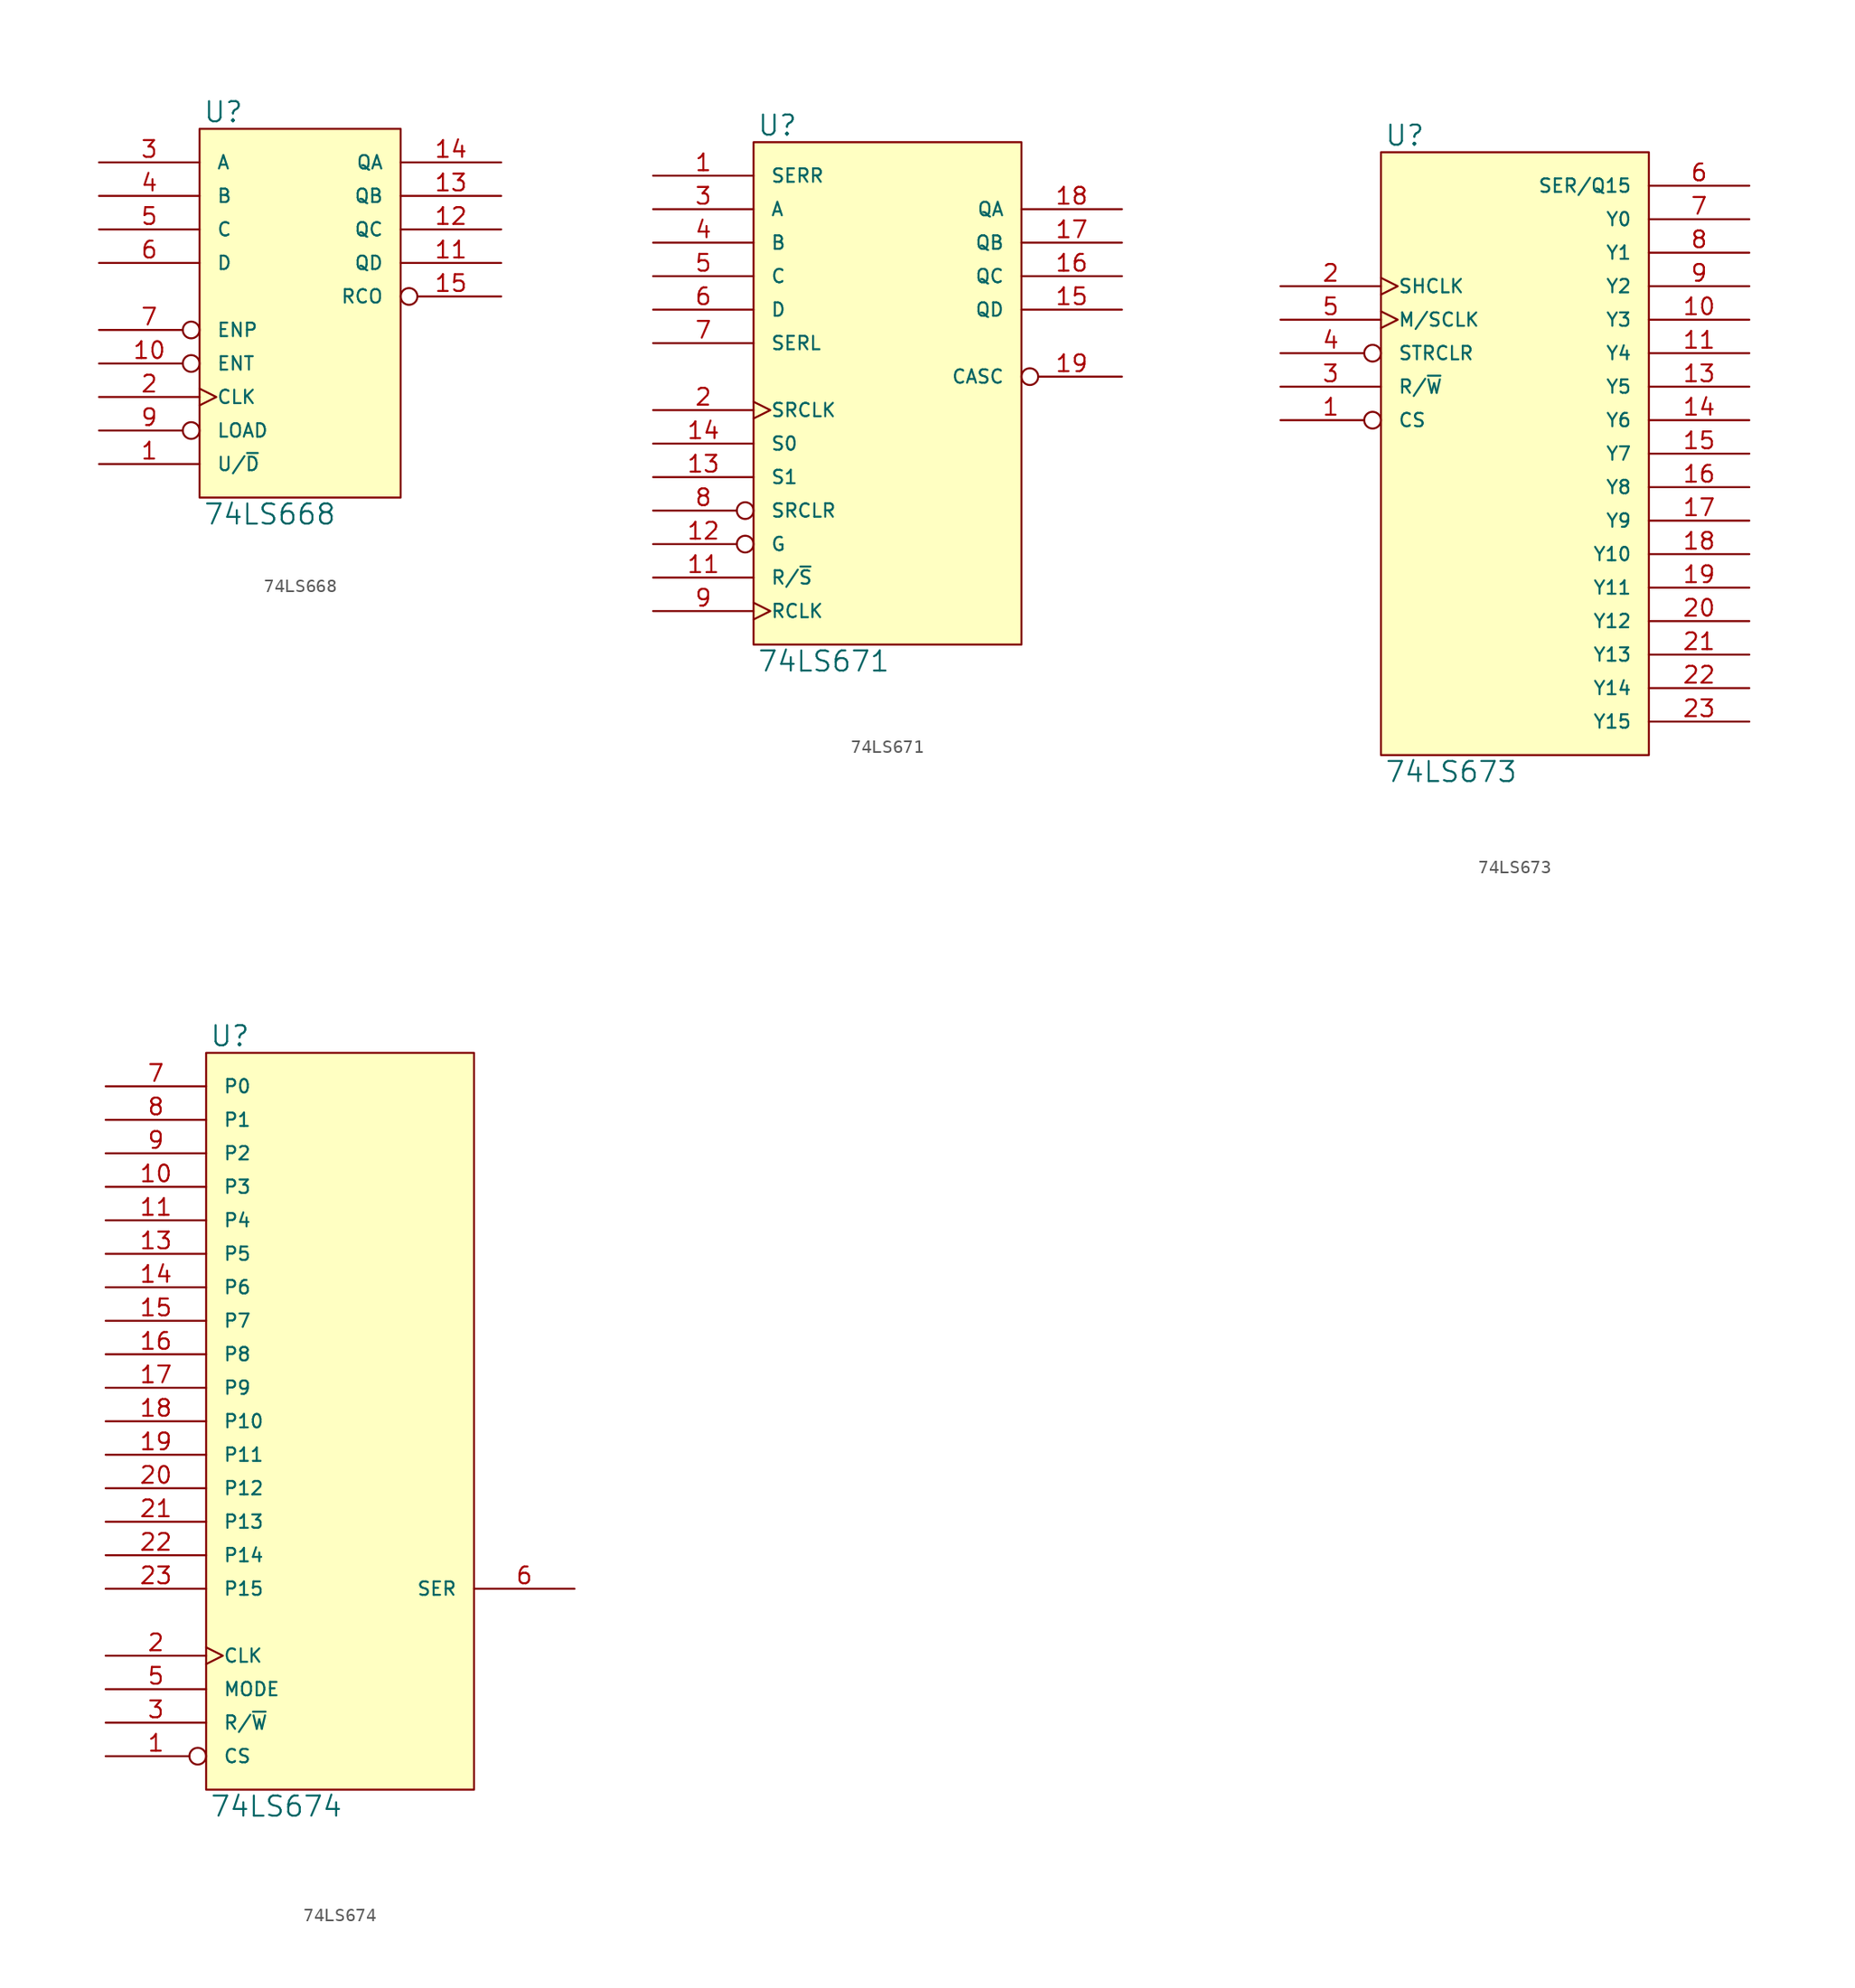
<source format=kicad_sym>
(kicad_symbol_lib
  (version 20231120)
  (generator "kicad_symbol_editor")
  (generator_version "8.0")
  (symbol "74LS668"
    (pin_names
      (offset 1.27))
    (property "Reference" "U"
      (at 0.254 0.381 0)
      (effects (font (size 1.524 1.524)) (justify left bottom)))
    (property "Value" "74LS668"
      (at 0.254 -28.321 0)
      (effects (font (size 1.524 1.524)) (justify left top)))
    (symbol "74LS668_0_1"
      (rectangle (start 0 0) (end 15.24 -27.94) (stroke (width 0) (type solid)) (fill (type background))))
    (symbol "74LS668_1_1"
      (pin input line (at -7.62 -25.4 0) (length 7.62) (name "U/~{D}" (effects (font (size 1.016 1.016)))) (number "1" (effects (font (size 1.27 1.27)))))
      (pin input inverted (at -7.62 -17.78 0) (length 7.62) (name "ENT" (effects (font (size 1.016 1.016)))) (number "10" (effects (font (size 1.27 1.27)))))
      (pin output line (at 22.86 -10.16 180) (length 7.62) (name "QD" (effects (font (size 1.016 1.016)))) (number "11" (effects (font (size 1.27 1.27)))))
      (pin output line (at 22.86 -7.62 180) (length 7.62) (name "QC" (effects (font (size 1.016 1.016)))) (number "12" (effects (font (size 1.27 1.27)))))
      (pin output line (at 22.86 -5.08 180) (length 7.62) (name "QB" (effects (font (size 1.016 1.016)))) (number "13" (effects (font (size 1.27 1.27)))))
      (pin output line (at 22.86 -2.54 180) (length 7.62) (name "QA" (effects (font (size 1.016 1.016)))) (number "14" (effects (font (size 1.27 1.27)))))
      (pin output inverted (at 22.86 -12.7 180) (length 7.62) (name "RCO" (effects (font (size 1.016 1.016)))) (number "15" (effects (font (size 1.27 1.27)))))
      (pin power_in line (at 0 0 270) (length 0) hide (name "VCC" (effects (font (size 1.016 1.016)))) (number "16" (effects (font (size 1.27 1.27)))))
      (pin input clock (at -7.62 -20.32 0) (length 7.62) (name "CLK" (effects (font (size 1.016 1.016)))) (number "2" (effects (font (size 1.27 1.27)))))
      (pin input line (at -7.62 -2.54 0) (length 7.62) (name "A" (effects (font (size 1.016 1.016)))) (number "3" (effects (font (size 1.27 1.27)))))
      (pin input line (at -7.62 -5.08 0) (length 7.62) (name "B" (effects (font (size 1.016 1.016)))) (number "4" (effects (font (size 1.27 1.27)))))
      (pin input line (at -7.62 -7.62 0) (length 7.62) (name "C" (effects (font (size 1.016 1.016)))) (number "5" (effects (font (size 1.27 1.27)))))
      (pin input line (at -7.62 -10.16 0) (length 7.62) (name "D" (effects (font (size 1.016 1.016)))) (number "6" (effects (font (size 1.27 1.27)))))
      (pin input inverted (at -7.62 -15.24 0) (length 7.62) (name "ENP" (effects (font (size 1.016 1.016)))) (number "7" (effects (font (size 1.27 1.27)))))
      (pin power_in line (at 0 -27.94 90) (length 0) hide (name "GND" (effects (font (size 1.016 1.016)))) (number "8" (effects (font (size 1.27 1.27)))))
      (pin input inverted (at -7.62 -22.86 0) (length 7.62) (name "LOAD" (effects (font (size 1.016 1.016)))) (number "9" (effects (font (size 1.27 1.27)))))))
  (symbol "74LS671"
    (pin_names
      (offset 1.27))
    (property "Reference" "U"
      (at 0.254 0.381 0)
      (effects (font (size 1.524 1.524)) (justify left bottom)))
    (property "Value" "74LS671"
      (at 0.254 -38.481 0)
      (effects (font (size 1.524 1.524)) (justify left top)))
    (symbol "74LS671_0_1"
      (rectangle (start 0 0) (end 20.32 -38.1) (stroke (width 0) (type solid)) (fill (type background))))
    (symbol "74LS671_1_1"
      (pin input line (at -7.62 -2.54 0) (length 7.62) (name "SERR" (effects (font (size 1.016 1.016)))) (number "1" (effects (font (size 1.27 1.27)))))
      (pin power_in line (at 0 -38.1 90) (length 0) hide (name "GND" (effects (font (size 1.016 1.016)))) (number "10" (effects (font (size 1.27 1.27)))))
      (pin input line (at -7.62 -33.02 0) (length 7.62) (name "R/~{S}" (effects (font (size 1.016 1.016)))) (number "11" (effects (font (size 1.27 1.27)))))
      (pin input inverted (at -7.62 -30.48 0) (length 7.62) (name "G" (effects (font (size 1.016 1.016)))) (number "12" (effects (font (size 1.27 1.27)))))
      (pin input line (at -7.62 -25.4 0) (length 7.62) (name "S1" (effects (font (size 1.016 1.016)))) (number "13" (effects (font (size 1.27 1.27)))))
      (pin input line (at -7.62 -22.86 0) (length 7.62) (name "S0" (effects (font (size 1.016 1.016)))) (number "14" (effects (font (size 1.27 1.27)))))
      (pin tri_state line (at 27.94 -12.7 180) (length 7.62) (name "QD" (effects (font (size 1.016 1.016)))) (number "15" (effects (font (size 1.27 1.27)))))
      (pin tri_state line (at 27.94 -10.16 180) (length 7.62) (name "QC" (effects (font (size 1.016 1.016)))) (number "16" (effects (font (size 1.27 1.27)))))
      (pin tri_state line (at 27.94 -7.62 180) (length 7.62) (name "QB" (effects (font (size 1.016 1.016)))) (number "17" (effects (font (size 1.27 1.27)))))
      (pin tri_state line (at 27.94 -5.08 180) (length 7.62) (name "QA" (effects (font (size 1.016 1.016)))) (number "18" (effects (font (size 1.27 1.27)))))
      (pin output inverted (at 27.94 -17.78 180) (length 7.62) (name "CASC" (effects (font (size 1.016 1.016)))) (number "19" (effects (font (size 1.27 1.27)))))
      (pin input clock (at -7.62 -20.32 0) (length 7.62) (name "SRCLK" (effects (font (size 1.016 1.016)))) (number "2" (effects (font (size 1.27 1.27)))))
      (pin power_in line (at 0 0 270) (length 0) hide (name "VCC" (effects (font (size 1.016 1.016)))) (number "20" (effects (font (size 1.27 1.27)))))
      (pin input line (at -7.62 -5.08 0) (length 7.62) (name "A" (effects (font (size 1.016 1.016)))) (number "3" (effects (font (size 1.27 1.27)))))
      (pin input line (at -7.62 -7.62 0) (length 7.62) (name "B" (effects (font (size 1.016 1.016)))) (number "4" (effects (font (size 1.27 1.27)))))
      (pin input line (at -7.62 -10.16 0) (length 7.62) (name "C" (effects (font (size 1.016 1.016)))) (number "5" (effects (font (size 1.27 1.27)))))
      (pin input line (at -7.62 -12.7 0) (length 7.62) (name "D" (effects (font (size 1.016 1.016)))) (number "6" (effects (font (size 1.27 1.27)))))
      (pin input line (at -7.62 -15.24 0) (length 7.62) (name "SERL" (effects (font (size 1.016 1.016)))) (number "7" (effects (font (size 1.27 1.27)))))
      (pin input inverted (at -7.62 -27.94 0) (length 7.62) (name "SRCLR" (effects (font (size 1.016 1.016)))) (number "8" (effects (font (size 1.27 1.27)))))
      (pin input clock (at -7.62 -35.56 0) (length 7.62) (name "RCLK" (effects (font (size 1.016 1.016)))) (number "9" (effects (font (size 1.27 1.27)))))))
  (symbol "74LS673"
    (pin_names
      (offset 1.27))
    (property "Reference" "U"
      (at 0.254 0.381 0)
      (effects (font (size 1.524 1.524)) (justify left bottom)))
    (property "Value" "74LS673"
      (at 0.254 -46.101 0)
      (effects (font (size 1.524 1.524)) (justify left top)))
    (symbol "74LS673_0_1"
      (rectangle (start 0 0) (end 20.32 -45.72) (stroke (width 0) (type solid)) (fill (type background))))
    (symbol "74LS673_1_1"
      (pin input inverted (at -7.62 -20.32 0) (length 7.62) (name "CS" (effects (font (size 1.016 1.016)))) (number "1" (effects (font (size 1.27 1.27)))))
      (pin output line (at 27.94 -12.7 180) (length 7.62) (name "Y3" (effects (font (size 1.016 1.016)))) (number "10" (effects (font (size 1.27 1.27)))))
      (pin output line (at 27.94 -15.24 180) (length 7.62) (name "Y4" (effects (font (size 1.016 1.016)))) (number "11" (effects (font (size 1.27 1.27)))))
      (pin power_in line (at 0 -45.72 90) (length 0) hide (name "GND" (effects (font (size 1.016 1.016)))) (number "12" (effects (font (size 1.27 1.27)))))
      (pin output line (at 27.94 -17.78 180) (length 7.62) (name "Y5" (effects (font (size 1.016 1.016)))) (number "13" (effects (font (size 1.27 1.27)))))
      (pin output line (at 27.94 -20.32 180) (length 7.62) (name "Y6" (effects (font (size 1.016 1.016)))) (number "14" (effects (font (size 1.27 1.27)))))
      (pin output line (at 27.94 -22.86 180) (length 7.62) (name "Y7" (effects (font (size 1.016 1.016)))) (number "15" (effects (font (size 1.27 1.27)))))
      (pin output line (at 27.94 -25.4 180) (length 7.62) (name "Y8" (effects (font (size 1.016 1.016)))) (number "16" (effects (font (size 1.27 1.27)))))
      (pin output line (at 27.94 -27.94 180) (length 7.62) (name "Y9" (effects (font (size 1.016 1.016)))) (number "17" (effects (font (size 1.27 1.27)))))
      (pin output line (at 27.94 -30.48 180) (length 7.62) (name "Y10" (effects (font (size 1.016 1.016)))) (number "18" (effects (font (size 1.27 1.27)))))
      (pin output line (at 27.94 -33.02 180) (length 7.62) (name "Y11" (effects (font (size 1.016 1.016)))) (number "19" (effects (font (size 1.27 1.27)))))
      (pin input clock (at -7.62 -10.16 0) (length 7.62) (name "SHCLK" (effects (font (size 1.016 1.016)))) (number "2" (effects (font (size 1.27 1.27)))))
      (pin output line (at 27.94 -35.56 180) (length 7.62) (name "Y12" (effects (font (size 1.016 1.016)))) (number "20" (effects (font (size 1.27 1.27)))))
      (pin output line (at 27.94 -38.1 180) (length 7.62) (name "Y13" (effects (font (size 1.016 1.016)))) (number "21" (effects (font (size 1.27 1.27)))))
      (pin output line (at 27.94 -40.64 180) (length 7.62) (name "Y14" (effects (font (size 1.016 1.016)))) (number "22" (effects (font (size 1.27 1.27)))))
      (pin output line (at 27.94 -43.18 180) (length 7.62) (name "Y15" (effects (font (size 1.016 1.016)))) (number "23" (effects (font (size 1.27 1.27)))))
      (pin power_in line (at 0 0 270) (length 0) hide (name "VCC" (effects (font (size 1.016 1.016)))) (number "24" (effects (font (size 1.27 1.27)))))
      (pin input line (at -7.62 -17.78 0) (length 7.62) (name "R/~{W}" (effects (font (size 1.016 1.016)))) (number "3" (effects (font (size 1.27 1.27)))))
      (pin input inverted (at -7.62 -15.24 0) (length 7.62) (name "STRCLR" (effects (font (size 1.016 1.016)))) (number "4" (effects (font (size 1.27 1.27)))))
      (pin input clock (at -7.62 -12.7 0) (length 7.62) (name "M/SCLK" (effects (font (size 1.016 1.016)))) (number "5" (effects (font (size 1.27 1.27)))))
      (pin bidirectional line (at 27.94 -2.54 180) (length 7.62) (name "SER/Q15" (effects (font (size 1.016 1.016)))) (number "6" (effects (font (size 1.27 1.27)))))
      (pin output line (at 27.94 -5.08 180) (length 7.62) (name "Y0" (effects (font (size 1.016 1.016)))) (number "7" (effects (font (size 1.27 1.27)))))
      (pin output line (at 27.94 -7.62 180) (length 7.62) (name "Y1" (effects (font (size 1.016 1.016)))) (number "8" (effects (font (size 1.27 1.27)))))
      (pin output line (at 27.94 -10.16 180) (length 7.62) (name "Y2" (effects (font (size 1.016 1.016)))) (number "9" (effects (font (size 1.27 1.27)))))))
  (symbol "74LS674"
    (pin_names
      (offset 1.27))
    (property "Reference" "U"
      (at 0.254 0.381 0)
      (effects (font (size 1.524 1.524)) (justify left bottom)))
    (property "Value" "74LS674"
      (at 0.254 -56.261 0)
      (effects (font (size 1.524 1.524)) (justify left top)))
    (symbol "74LS674_0_1"
      (rectangle (start 0 0) (end 20.32 -55.88) (stroke (width 0) (type solid)) (fill (type background))))
    (symbol "74LS674_1_1"
      (pin input inverted (at -7.62 -53.34 0) (length 7.62) (name "CS" (effects (font (size 1.016 1.016)))) (number "1" (effects (font (size 1.27 1.27)))))
      (pin input line (at -7.62 -10.16 0) (length 7.62) (name "P3" (effects (font (size 1.016 1.016)))) (number "10" (effects (font (size 1.27 1.27)))))
      (pin input line (at -7.62 -12.7 0) (length 7.62) (name "P4" (effects (font (size 1.016 1.016)))) (number "11" (effects (font (size 1.27 1.27)))))
      (pin power_in line (at 0 -55.88 90) (length 0) hide (name "GND" (effects (font (size 1.016 1.016)))) (number "12" (effects (font (size 1.27 1.27)))))
      (pin input line (at -7.62 -15.24 0) (length 7.62) (name "P5" (effects (font (size 1.016 1.016)))) (number "13" (effects (font (size 1.27 1.27)))))
      (pin input line (at -7.62 -17.78 0) (length 7.62) (name "P6" (effects (font (size 1.016 1.016)))) (number "14" (effects (font (size 1.27 1.27)))))
      (pin input line (at -7.62 -20.32 0) (length 7.62) (name "P7" (effects (font (size 1.016 1.016)))) (number "15" (effects (font (size 1.27 1.27)))))
      (pin input line (at -7.62 -22.86 0) (length 7.62) (name "P8" (effects (font (size 1.016 1.016)))) (number "16" (effects (font (size 1.27 1.27)))))
      (pin input line (at -7.62 -25.4 0) (length 7.62) (name "P9" (effects (font (size 1.016 1.016)))) (number "17" (effects (font (size 1.27 1.27)))))
      (pin input line (at -7.62 -27.94 0) (length 7.62) (name "P10" (effects (font (size 1.016 1.016)))) (number "18" (effects (font (size 1.27 1.27)))))
      (pin input line (at -7.62 -30.48 0) (length 7.62) (name "P11" (effects (font (size 1.016 1.016)))) (number "19" (effects (font (size 1.27 1.27)))))
      (pin input clock (at -7.62 -45.72 0) (length 7.62) (name "CLK" (effects (font (size 1.016 1.016)))) (number "2" (effects (font (size 1.27 1.27)))))
      (pin input line (at -7.62 -33.02 0) (length 7.62) (name "P12" (effects (font (size 1.016 1.016)))) (number "20" (effects (font (size 1.27 1.27)))))
      (pin input line (at -7.62 -35.56 0) (length 7.62) (name "P13" (effects (font (size 1.016 1.016)))) (number "21" (effects (font (size 1.27 1.27)))))
      (pin input line (at -7.62 -38.1 0) (length 7.62) (name "P14" (effects (font (size 1.016 1.016)))) (number "22" (effects (font (size 1.27 1.27)))))
      (pin input line (at -7.62 -40.64 0) (length 7.62) (name "P15" (effects (font (size 1.016 1.016)))) (number "23" (effects (font (size 1.27 1.27)))))
      (pin power_in line (at 0 0 270) (length 0) hide (name "VCC" (effects (font (size 1.016 1.016)))) (number "24" (effects (font (size 1.27 1.27)))))
      (pin input line (at -7.62 -50.8 0) (length 7.62) (name "R/~{W}" (effects (font (size 1.016 1.016)))) (number "3" (effects (font (size 1.27 1.27)))))
      (pin input line (at -7.62 -48.26 0) (length 7.62) (name "MODE" (effects (font (size 1.016 1.016)))) (number "5" (effects (font (size 1.27 1.27)))))
      (pin bidirectional line (at 27.94 -40.64 180) (length 7.62) (name "SER" (effects (font (size 1.016 1.016)))) (number "6" (effects (font (size 1.27 1.27)))))
      (pin input line (at -7.62 -2.54 0) (length 7.62) (name "P0" (effects (font (size 1.016 1.016)))) (number "7" (effects (font (size 1.27 1.27)))))
      (pin input line (at -7.62 -5.08 0) (length 7.62) (name "P1" (effects (font (size 1.016 1.016)))) (number "8" (effects (font (size 1.27 1.27)))))
      (pin input line (at -7.62 -7.62 0) (length 7.62) (name "P2" (effects (font (size 1.016 1.016)))) (number "9" (effects (font (size 1.27 1.27))))))))
</source>
